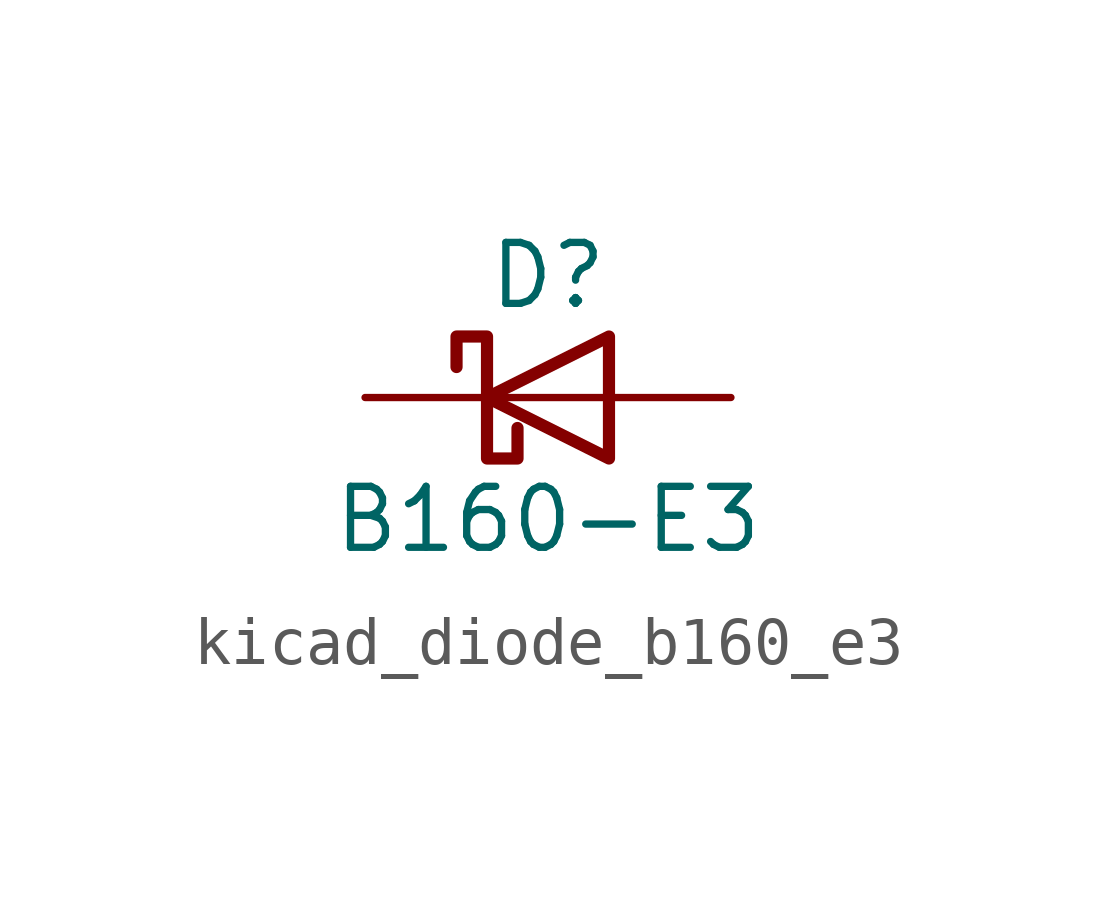
<source format=kicad_sym>
(kicad_symbol_lib
  (version 20220914)
  (generator kicad_symbol_editor)
  (symbol "kicad_diode_b160_e3"
    (pin_numbers hide)
    (pin_names hide)
    (property "Reference" "D"
      (at 0 2.54 0)
      (effects (font (size 1.27 1.27))))
    (property "Value" "B160-E3"
      (at 0 -2.54 0)
      (effects (font (size 1.27 1.27))))
    (symbol "kicad_diode_b160_e3_0_1"
      (polyline (pts (xy 1.27 0) (xy -1.27 0)) (stroke (width 0) (type default)) (fill (type none)))
      (polyline (pts (xy 1.27 1.27) (xy 1.27 -1.27) (xy -1.27 0) (xy 1.27 1.27)) (stroke (width 0.254) (type default)) (fill (type none)))
      (polyline (pts (xy -1.905 0.635) (xy -1.905 1.27) (xy -1.27 1.27) (xy -1.27 -1.27) (xy -0.635 -1.27) (xy -0.635 -0.635)) (stroke (width 0.254) (type default)) (fill (type none))))
    (symbol "kicad_diode_b160_e3_1_1"
      (pin passive line (at -3.81 0 0) (length 2.54) (name "K" (effects (font (size 1.27 1.27)))) (number "1" (effects (font (size 1.27 1.27)))))
      (pin passive line (at 3.81 0 180) (length 2.54) (name "A" (effects (font (size 1.27 1.27)))) (number "2" (effects (font (size 1.27 1.27))))))))
</source>
